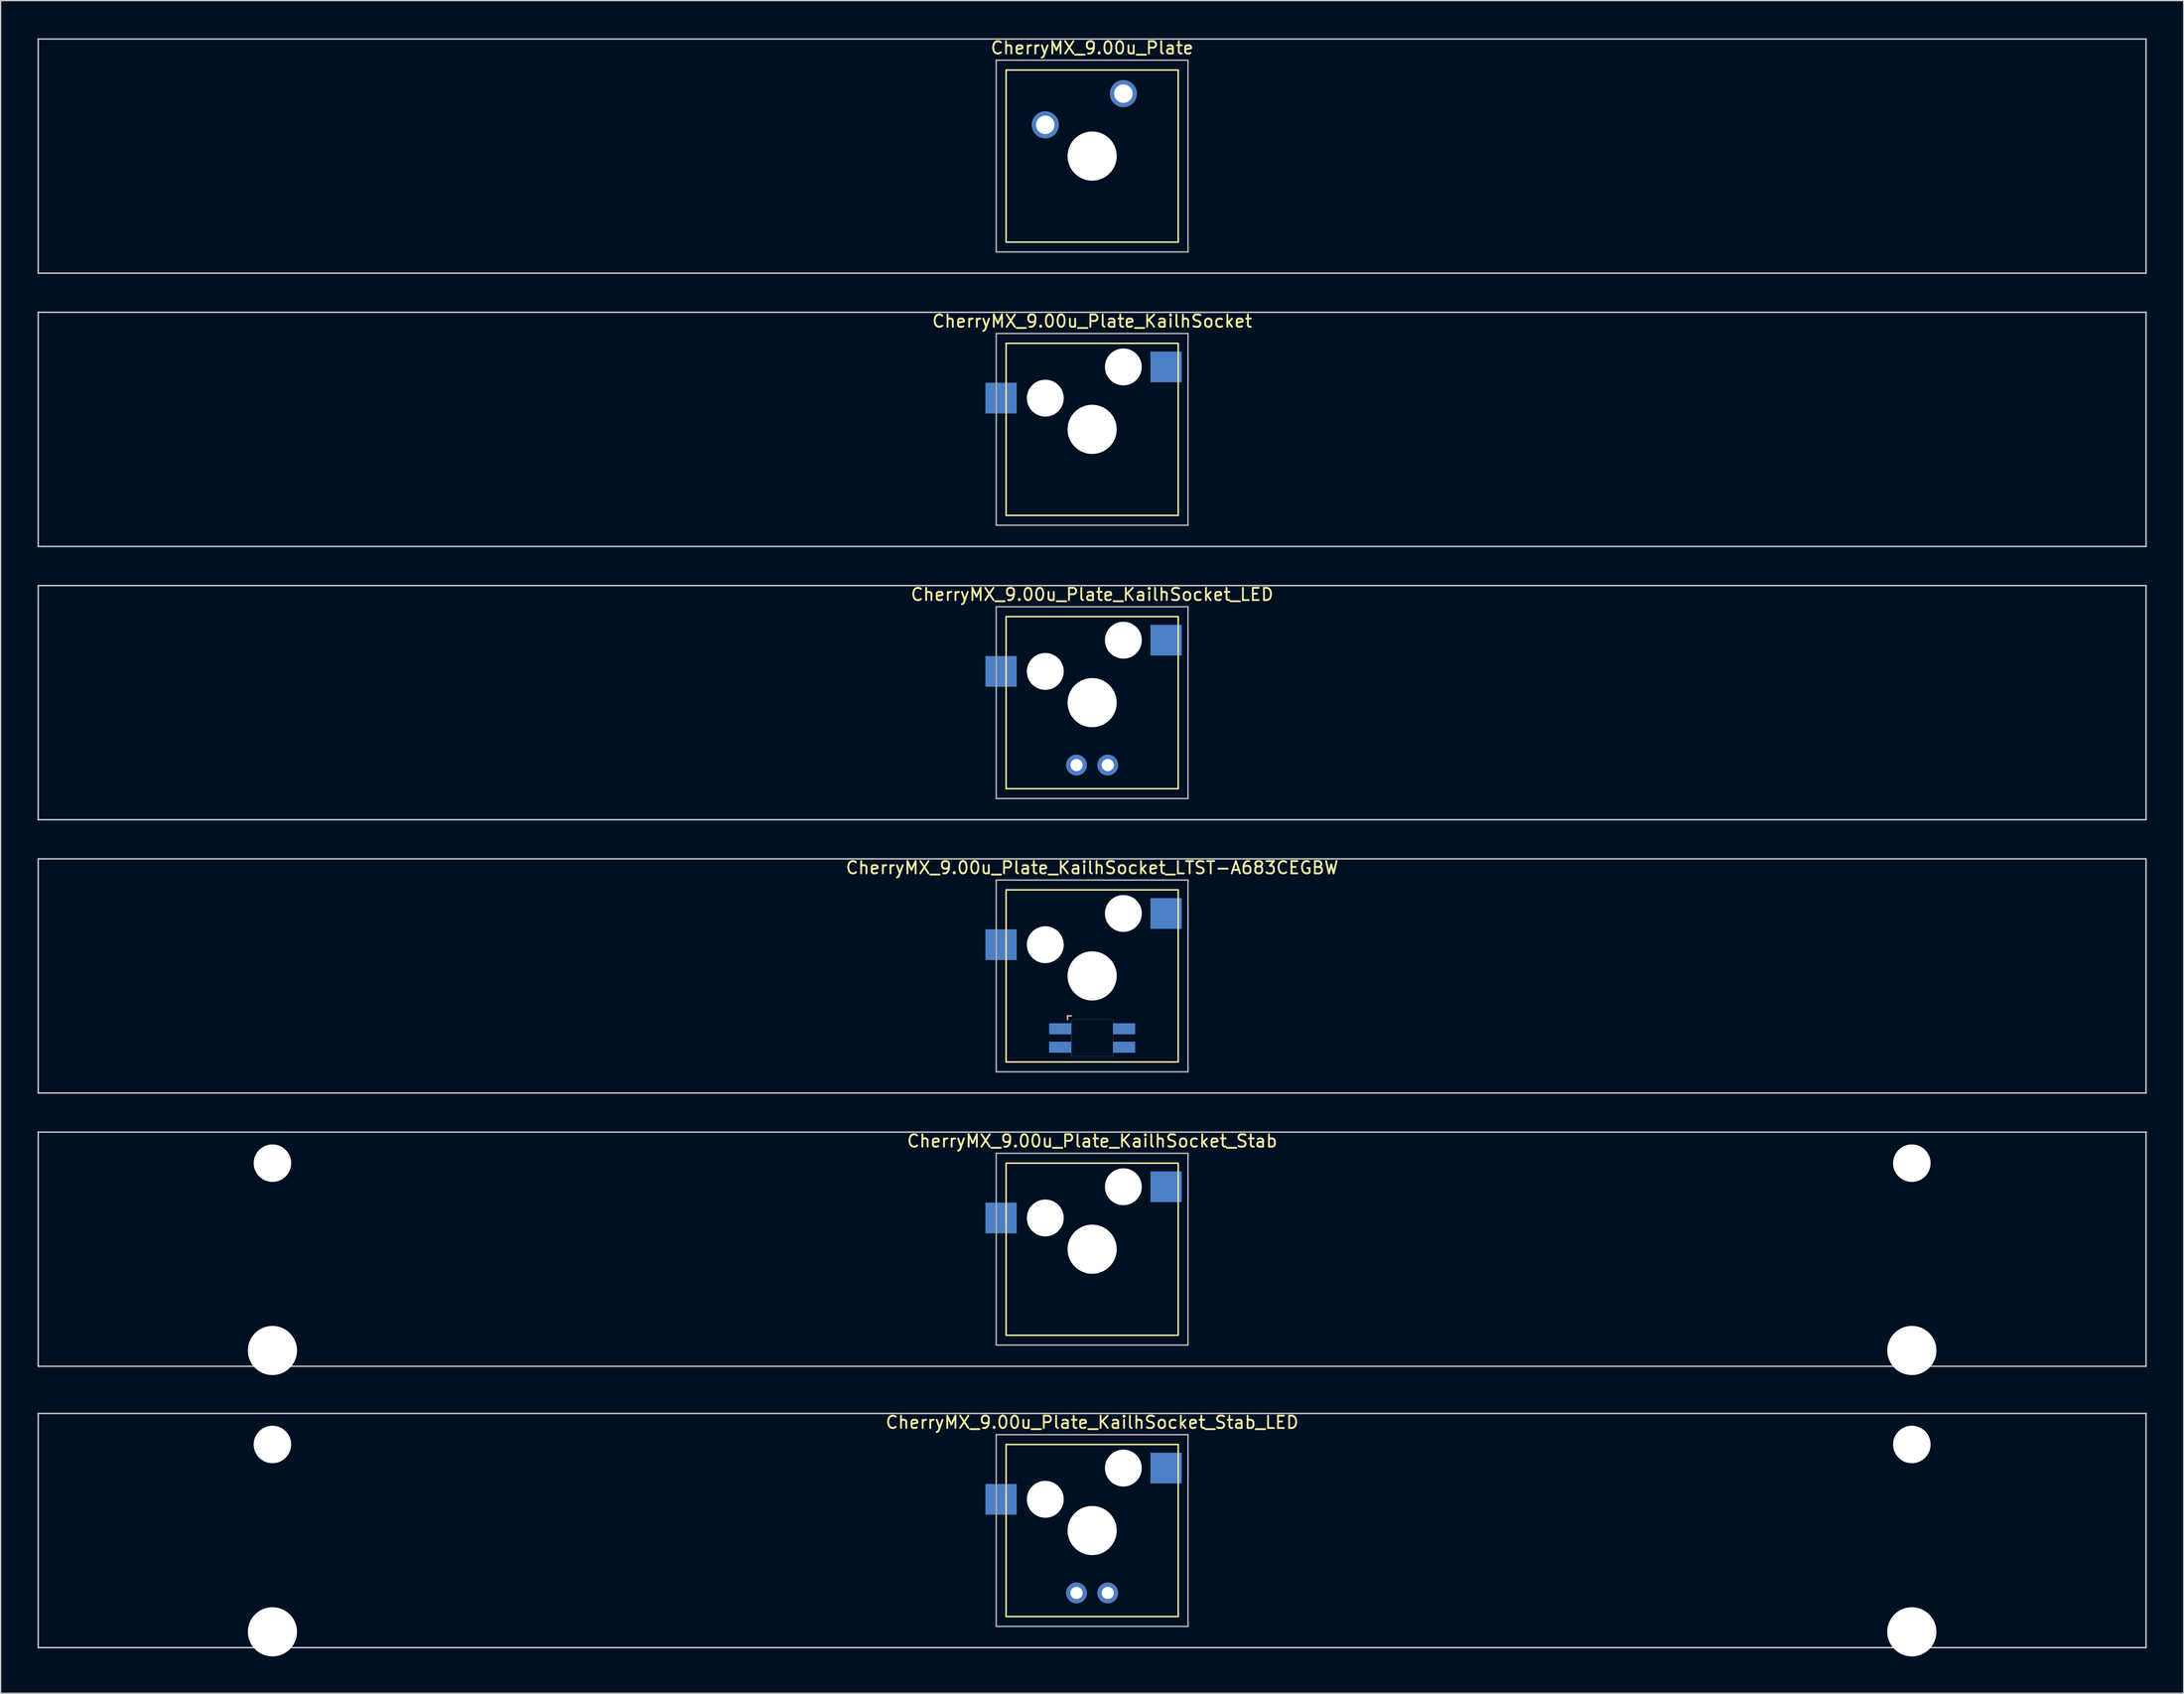
<source format=kicad_pcb>
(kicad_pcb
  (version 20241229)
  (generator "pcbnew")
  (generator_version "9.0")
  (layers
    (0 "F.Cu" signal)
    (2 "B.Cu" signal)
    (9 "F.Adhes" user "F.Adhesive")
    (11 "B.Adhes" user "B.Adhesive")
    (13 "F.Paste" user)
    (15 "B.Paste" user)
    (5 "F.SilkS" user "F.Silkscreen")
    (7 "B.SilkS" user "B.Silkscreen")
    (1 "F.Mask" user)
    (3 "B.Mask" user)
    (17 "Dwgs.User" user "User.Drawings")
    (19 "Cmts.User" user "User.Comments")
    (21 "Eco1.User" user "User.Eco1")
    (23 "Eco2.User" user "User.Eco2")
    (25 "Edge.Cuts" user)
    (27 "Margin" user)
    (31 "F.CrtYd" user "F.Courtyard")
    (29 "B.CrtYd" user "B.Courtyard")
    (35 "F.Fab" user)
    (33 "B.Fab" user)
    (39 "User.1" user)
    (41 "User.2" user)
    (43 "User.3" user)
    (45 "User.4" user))
  (footprint "CherryMX_9.00u_Plate_KailhSocket_Stab_LED"
    (layer "F.Cu")
    (at 85.785 121.469)
    (property "Reference" "CherryMX_9.00u_Plate_KailhSocket_Stab_LED" (at 0 -8.8 0) (layer "F.SilkS") (effects (font (size 1 1) (thickness 0.15))))
    (attr through_hole)
    (fp_line (start -7 -7) (end -7 7) (stroke (width 0.12) (type solid)) (layer "F.SilkS"))
    (fp_line (start -7 -7) (end 7 -7) (stroke (width 0.12) (type solid)) (layer "F.SilkS"))
    (fp_line (start 7 -7) (end 7 7) (stroke (width 0.12) (type solid)) (layer "F.SilkS"))
    (fp_line (start 7 7) (end -7 7) (stroke (width 0.12) (type solid)) (layer "F.SilkS"))
    (fp_line (start -85.725 -9.525) (end 85.725 -9.525) (stroke (width 0.12) (type solid)) (layer "Dwgs.User"))
    (fp_line (start -85.725 9.525) (end -85.725 -9.525) (stroke (width 0.12) (type solid)) (layer "Dwgs.User"))
    (fp_line (start 85.725 -9.525) (end 85.725 9.525) (stroke (width 0.12) (type solid)) (layer "Dwgs.User"))
    (fp_line (start 85.725 9.525) (end -85.725 9.525) (stroke (width 0.12) (type solid)) (layer "Dwgs.User"))
    (fp_line (start -7.8 -7.8) (end -7.8 7.8) (stroke (width 0.12) (type solid)) (layer "F.Fab"))
    (fp_line (start -7.8 -7.8) (end 7.8 -7.8) (stroke (width 0.12) (type solid)) (layer "F.Fab"))
    (fp_line (start -7.8 7.8) (end 7.8 7.8) (stroke (width 0.12) (type solid)) (layer "F.Fab"))
    (fp_line (start 7.8 -7.8) (end 7.8 7.8) (stroke (width 0.12) (type solid)) (layer "F.Fab"))
    (pad "" np_thru_hole circle (at -66.675 -7) (size 3.05 3.05) (drill 3.05) (layers "*.Cu" "*.Mask"))
    (pad "" np_thru_hole circle (at -66.675 8.24) (size 4 4) (drill 4) (layers "*.Cu" "*.Mask"))
    (pad "" np_thru_hole circle (at -3.81 -2.54) (size 3 3) (drill 3) (layers "*.Cu" "*.Mask"))
    (pad "" np_thru_hole circle (at 0 0) (size 4 4) (drill 4) (layers "*.Cu" "*.Mask"))
    (pad "" np_thru_hole circle (at 2.54 -5.08) (size 3 3) (drill 3) (layers "*.Cu" "*.Mask"))
    (pad "" np_thru_hole circle (at 66.675 -7) (size 3.05 3.05) (drill 3.05) (layers "*.Cu" "*.Mask"))
    (pad "" np_thru_hole circle (at 66.675 8.24) (size 4 4) (drill 4) (layers "*.Cu" "*.Mask"))
    (pad "1" smd rect (at -7.41 -2.54) (size 2.55 2.5) (layers "B.Cu" "B.Mask" "B.Paste"))
    (pad "2" smd rect (at 6.015 -5.08) (size 2.55 2.5) (layers "B.Cu" "B.Mask" "B.Paste"))
    (pad "3" thru_hole circle (at -1.27 5.08) (size 1.691 1.691) (drill 0.991) (layers "*.Cu" "*.Mask"))
    (pad "4" thru_hole circle (at 1.27 5.08) (size 1.691 1.691) (drill 0.991) (layers "*.Cu" "*.Mask")))
  (footprint "CherryMX_9.00u_Plate_KailhSocket_LTST-A683CEGBW"
    (layer "F.Cu")
    (at 85.785 76.348)
    (property "Reference" "CherryMX_9.00u_Plate_KailhSocket_LTST-A683CEGBW" (at 0 -8.8 0) (layer "F.SilkS") (effects (font (size 1 1) (thickness 0.15))))
    (attr through_hole)
    (fp_line (start -7 -7) (end -7 7) (stroke (width 0.12) (type solid)) (layer "F.SilkS"))
    (fp_line (start -7 -7) (end 7 -7) (stroke (width 0.12) (type solid)) (layer "F.SilkS"))
    (fp_line (start 7 -7) (end 7 7) (stroke (width 0.12) (type solid)) (layer "F.SilkS"))
    (fp_line (start 7 7) (end -7 7) (stroke (width 0.12) (type solid)) (layer "F.SilkS"))
    (fp_line (start -2 3.25) (end -2 3.55) (stroke (width 0.12) (type solid)) (layer "B.SilkS"))
    (fp_line (start -1.7 3.25) (end -2 3.25) (stroke (width 0.12) (type solid)) (layer "B.SilkS"))
    (fp_line (start -85.725 -9.525) (end 85.725 -9.525) (stroke (width 0.12) (type solid)) (layer "Dwgs.User"))
    (fp_line (start -85.725 9.525) (end -85.725 -9.525) (stroke (width 0.12) (type solid)) (layer "Dwgs.User"))
    (fp_line (start 85.725 -9.525) (end 85.725 9.525) (stroke (width 0.12) (type solid)) (layer "Dwgs.User"))
    (fp_line (start 85.725 9.525) (end -85.725 9.525) (stroke (width 0.12) (type solid)) (layer "Dwgs.User"))
    (fp_poly (pts (xy 1.7 6.55) (xy -1.7 6.55) (xy -1.7 3.55) (xy 1.7 3.55)) (stroke (width 0.01) (type solid)) (fill no) (layer "Edge.Cuts"))
    (fp_line (start -7.8 -7.8) (end -7.8 7.8) (stroke (width 0.12) (type solid)) (layer "F.Fab"))
    (fp_line (start -7.8 -7.8) (end 7.8 -7.8) (stroke (width 0.12) (type solid)) (layer "F.Fab"))
    (fp_line (start -7.8 7.8) (end 7.8 7.8) (stroke (width 0.12) (type solid)) (layer "F.Fab"))
    (fp_line (start 7.8 -7.8) (end 7.8 7.8) (stroke (width 0.12) (type solid)) (layer "F.Fab"))
    (pad "" np_thru_hole circle (at -3.81 -2.54) (size 3 3) (drill 3) (layers "*.Cu" "*.Mask"))
    (pad "" np_thru_hole circle (at 0 0) (size 4 4) (drill 4) (layers "*.Cu" "*.Mask"))
    (pad "" np_thru_hole circle (at 2.54 -5.08) (size 3 3) (drill 3) (layers "*.Cu" "*.Mask"))
    (pad "1" smd rect (at -7.41 -2.54) (size 2.55 2.5) (layers "B.Cu" "B.Mask" "B.Paste"))
    (pad "2" smd rect (at 6.015 -5.08) (size 2.55 2.5) (layers "B.Cu" "B.Mask" "B.Paste"))
    (pad "3" smd rect (at -2.6 4.3) (size 1.8 0.9) (layers "B.Cu" "B.Mask" "B.Paste"))
    (pad "4" smd rect (at -2.6 5.8) (size 1.8 0.9) (layers "B.Cu" "B.Mask" "B.Paste"))
    (pad "5" smd rect (at 2.6 4.3) (size 1.8 0.9) (layers "B.Cu" "B.Mask" "B.Paste"))
    (pad "6" smd rect (at 2.6 5.8) (size 1.8 0.9) (layers "B.Cu" "B.Mask" "B.Paste")))
  (footprint "CherryMX_9.00u_Plate_KailhSocket"
    (layer "F.Cu")
    (at 85.785 31.881)
    (property "Reference" "CherryMX_9.00u_Plate_KailhSocket" (at 0 -8.8 0) (layer "F.SilkS") (effects (font (size 1 1) (thickness 0.15))))
    (attr through_hole)
    (fp_line (start -7 -7) (end -7 7) (stroke (width 0.12) (type solid)) (layer "F.SilkS"))
    (fp_line (start -7 -7) (end 7 -7) (stroke (width 0.12) (type solid)) (layer "F.SilkS"))
    (fp_line (start 7 -7) (end 7 7) (stroke (width 0.12) (type solid)) (layer "F.SilkS"))
    (fp_line (start 7 7) (end -7 7) (stroke (width 0.12) (type solid)) (layer "F.SilkS"))
    (fp_line (start -85.725 -9.525) (end 85.725 -9.525) (stroke (width 0.12) (type solid)) (layer "Dwgs.User"))
    (fp_line (start -85.725 9.525) (end -85.725 -9.525) (stroke (width 0.12) (type solid)) (layer "Dwgs.User"))
    (fp_line (start 85.725 -9.525) (end 85.725 9.525) (stroke (width 0.12) (type solid)) (layer "Dwgs.User"))
    (fp_line (start 85.725 9.525) (end -85.725 9.525) (stroke (width 0.12) (type solid)) (layer "Dwgs.User"))
    (fp_line (start -7.8 -7.8) (end -7.8 7.8) (stroke (width 0.12) (type solid)) (layer "F.Fab"))
    (fp_line (start -7.8 -7.8) (end 7.8 -7.8) (stroke (width 0.12) (type solid)) (layer "F.Fab"))
    (fp_line (start -7.8 7.8) (end 7.8 7.8) (stroke (width 0.12) (type solid)) (layer "F.Fab"))
    (fp_line (start 7.8 -7.8) (end 7.8 7.8) (stroke (width 0.12) (type solid)) (layer "F.Fab"))
    (pad "" np_thru_hole circle (at -3.81 -2.54) (size 3 3) (drill 3) (layers "*.Cu" "*.Mask"))
    (pad "" np_thru_hole circle (at 0 0) (size 4 4) (drill 4) (layers "*.Cu" "*.Mask"))
    (pad "" np_thru_hole circle (at 2.54 -5.08) (size 3 3) (drill 3) (layers "*.Cu" "*.Mask"))
    (pad "1" smd rect (at -7.41 -2.54) (size 2.55 2.5) (layers "B.Cu" "B.Mask" "B.Paste"))
    (pad "2" smd rect (at 6.015 -5.08) (size 2.55 2.5) (layers "B.Cu" "B.Mask" "B.Paste")))
  (footprint "CherryMX_9.00u_Plate_KailhSocket_LED"
    (layer "F.Cu")
    (at 85.785 54.115)
    (property "Reference" "CherryMX_9.00u_Plate_KailhSocket_LED" (at 0 -8.8 0) (layer "F.SilkS") (effects (font (size 1 1) (thickness 0.15))))
    (attr through_hole)
    (fp_line (start -7 -7) (end -7 7) (stroke (width 0.12) (type solid)) (layer "F.SilkS"))
    (fp_line (start -7 -7) (end 7 -7) (stroke (width 0.12) (type solid)) (layer "F.SilkS"))
    (fp_line (start 7 -7) (end 7 7) (stroke (width 0.12) (type solid)) (layer "F.SilkS"))
    (fp_line (start 7 7) (end -7 7) (stroke (width 0.12) (type solid)) (layer "F.SilkS"))
    (fp_line (start -85.725 -9.525) (end 85.725 -9.525) (stroke (width 0.12) (type solid)) (layer "Dwgs.User"))
    (fp_line (start -85.725 9.525) (end -85.725 -9.525) (stroke (width 0.12) (type solid)) (layer "Dwgs.User"))
    (fp_line (start 85.725 -9.525) (end 85.725 9.525) (stroke (width 0.12) (type solid)) (layer "Dwgs.User"))
    (fp_line (start 85.725 9.525) (end -85.725 9.525) (stroke (width 0.12) (type solid)) (layer "Dwgs.User"))
    (fp_line (start -7.8 -7.8) (end -7.8 7.8) (stroke (width 0.12) (type solid)) (layer "F.Fab"))
    (fp_line (start -7.8 -7.8) (end 7.8 -7.8) (stroke (width 0.12) (type solid)) (layer "F.Fab"))
    (fp_line (start -7.8 7.8) (end 7.8 7.8) (stroke (width 0.12) (type solid)) (layer "F.Fab"))
    (fp_line (start 7.8 -7.8) (end 7.8 7.8) (stroke (width 0.12) (type solid)) (layer "F.Fab"))
    (pad "" np_thru_hole circle (at -3.81 -2.54) (size 3 3) (drill 3) (layers "*.Cu" "*.Mask"))
    (pad "" np_thru_hole circle (at 0 0) (size 4 4) (drill 4) (layers "*.Cu" "*.Mask"))
    (pad "" np_thru_hole circle (at 2.54 -5.08) (size 3 3) (drill 3) (layers "*.Cu" "*.Mask"))
    (pad "1" smd rect (at -7.41 -2.54) (size 2.55 2.5) (layers "B.Cu" "B.Mask" "B.Paste"))
    (pad "2" smd rect (at 6.015 -5.08) (size 2.55 2.5) (layers "B.Cu" "B.Mask" "B.Paste"))
    (pad "3" thru_hole circle (at -1.27 5.08) (size 1.691 1.691) (drill 0.991) (layers "*.Cu" "*.Mask"))
    (pad "4" thru_hole circle (at 1.27 5.08) (size 1.691 1.691) (drill 0.991) (layers "*.Cu" "*.Mask")))
  (footprint "CherryMX_9.00u_Plate"
    (layer "F.Cu")
    (at 85.785 9.648)
    (property "Reference" "CherryMX_9.00u_Plate" (at 0 -8.8 0) (layer "F.SilkS") (effects (font (size 1 1) (thickness 0.15))))
    (attr through_hole)
    (fp_line (start -7 -7) (end -7 7) (stroke (width 0.12) (type solid)) (layer "F.SilkS"))
    (fp_line (start -7 -7) (end 7 -7) (stroke (width 0.12) (type solid)) (layer "F.SilkS"))
    (fp_line (start 7 -7) (end 7 7) (stroke (width 0.12) (type solid)) (layer "F.SilkS"))
    (fp_line (start 7 7) (end -7 7) (stroke (width 0.12) (type solid)) (layer "F.SilkS"))
    (fp_line (start -85.725 -9.525) (end 85.725 -9.525) (stroke (width 0.12) (type solid)) (layer "Dwgs.User"))
    (fp_line (start -85.725 9.525) (end -85.725 -9.525) (stroke (width 0.12) (type solid)) (layer "Dwgs.User"))
    (fp_line (start 85.725 -9.525) (end 85.725 9.525) (stroke (width 0.12) (type solid)) (layer "Dwgs.User"))
    (fp_line (start 85.725 9.525) (end -85.725 9.525) (stroke (width 0.12) (type solid)) (layer "Dwgs.User"))
    (fp_line (start -7.8 -7.8) (end -7.8 7.8) (stroke (width 0.12) (type solid)) (layer "F.Fab"))
    (fp_line (start -7.8 -7.8) (end 7.8 -7.8) (stroke (width 0.12) (type solid)) (layer "F.Fab"))
    (fp_line (start -7.8 7.8) (end 7.8 7.8) (stroke (width 0.12) (type solid)) (layer "F.Fab"))
    (fp_line (start 7.8 -7.8) (end 7.8 7.8) (stroke (width 0.12) (type solid)) (layer "F.Fab"))
    (pad "" np_thru_hole circle (at 0 0) (size 4 4) (drill 4) (layers "*.Cu" "*.Mask"))
    (pad "1" thru_hole circle (at -3.81 -2.54) (size 2.2 2.2) (drill 1.5) (layers "*.Cu" "*.Mask"))
    (pad "2" thru_hole circle (at 2.54 -5.08) (size 2.2 2.2) (drill 1.5) (layers "*.Cu" "*.Mask")))
  (footprint "CherryMX_9.00u_Plate_KailhSocket_Stab"
    (layer "F.Cu")
    (at 85.785 98.581)
    (property "Reference" "CherryMX_9.00u_Plate_KailhSocket_Stab" (at 0 -8.8 0) (layer "F.SilkS") (effects (font (size 1 1) (thickness 0.15))))
    (attr through_hole)
    (fp_line (start -7 -7) (end -7 7) (stroke (width 0.12) (type solid)) (layer "F.SilkS"))
    (fp_line (start -7 -7) (end 7 -7) (stroke (width 0.12) (type solid)) (layer "F.SilkS"))
    (fp_line (start 7 -7) (end 7 7) (stroke (width 0.12) (type solid)) (layer "F.SilkS"))
    (fp_line (start 7 7) (end -7 7) (stroke (width 0.12) (type solid)) (layer "F.SilkS"))
    (fp_line (start -85.725 -9.525) (end 85.725 -9.525) (stroke (width 0.12) (type solid)) (layer "Dwgs.User"))
    (fp_line (start -85.725 9.525) (end -85.725 -9.525) (stroke (width 0.12) (type solid)) (layer "Dwgs.User"))
    (fp_line (start 85.725 -9.525) (end 85.725 9.525) (stroke (width 0.12) (type solid)) (layer "Dwgs.User"))
    (fp_line (start 85.725 9.525) (end -85.725 9.525) (stroke (width 0.12) (type solid)) (layer "Dwgs.User"))
    (fp_line (start -7.8 -7.8) (end -7.8 7.8) (stroke (width 0.12) (type solid)) (layer "F.Fab"))
    (fp_line (start -7.8 -7.8) (end 7.8 -7.8) (stroke (width 0.12) (type solid)) (layer "F.Fab"))
    (fp_line (start -7.8 7.8) (end 7.8 7.8) (stroke (width 0.12) (type solid)) (layer "F.Fab"))
    (fp_line (start 7.8 -7.8) (end 7.8 7.8) (stroke (width 0.12) (type solid)) (layer "F.Fab"))
    (pad "" np_thru_hole circle (at -66.675 -7) (size 3.05 3.05) (drill 3.05) (layers "*.Cu" "*.Mask"))
    (pad "" np_thru_hole circle (at -66.675 8.24) (size 4 4) (drill 4) (layers "*.Cu" "*.Mask"))
    (pad "" np_thru_hole circle (at -3.81 -2.54) (size 3 3) (drill 3) (layers "*.Cu" "*.Mask"))
    (pad "" np_thru_hole circle (at 0 0) (size 4 4) (drill 4) (layers "*.Cu" "*.Mask"))
    (pad "" np_thru_hole circle (at 2.54 -5.08) (size 3 3) (drill 3) (layers "*.Cu" "*.Mask"))
    (pad "" np_thru_hole circle (at 66.675 -7) (size 3.05 3.05) (drill 3.05) (layers "*.Cu" "*.Mask"))
    (pad "" np_thru_hole circle (at 66.675 8.24) (size 4 4) (drill 4) (layers "*.Cu" "*.Mask"))
    (pad "1" smd rect (at -7.41 -2.54) (size 2.55 2.5) (layers "B.Cu" "B.Mask" "B.Paste"))
    (pad "2" smd rect (at 6.015 -5.08) (size 2.55 2.5) (layers "B.Cu" "B.Mask" "B.Paste")))
  (gr_rect
    (start -3 -3)
    (end 174.57 134.709)
    (stroke (width 0.1) (type default))
    (fill no)
    (layer "Edge.Cuts")))
</source>
